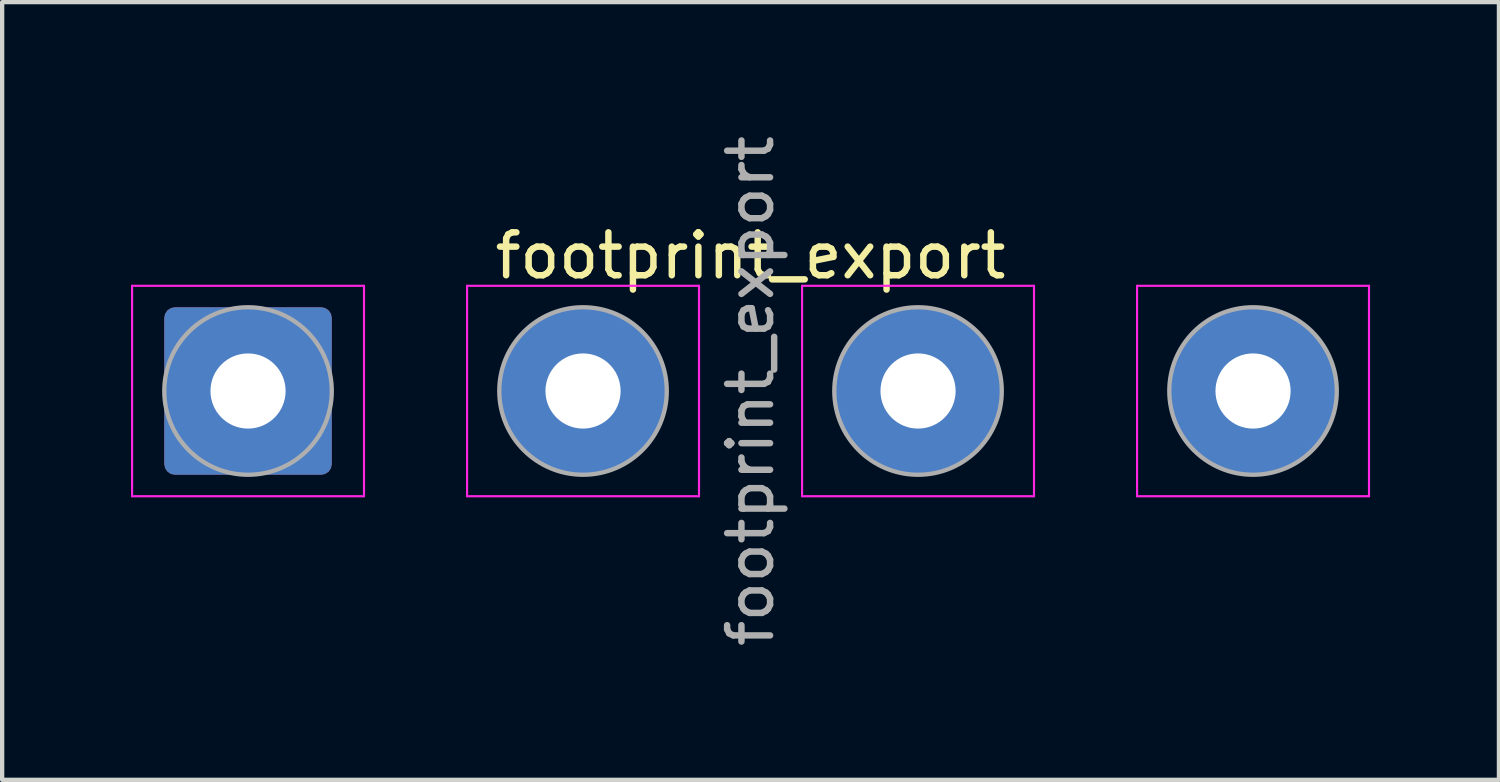
<source format=kicad_pcb>
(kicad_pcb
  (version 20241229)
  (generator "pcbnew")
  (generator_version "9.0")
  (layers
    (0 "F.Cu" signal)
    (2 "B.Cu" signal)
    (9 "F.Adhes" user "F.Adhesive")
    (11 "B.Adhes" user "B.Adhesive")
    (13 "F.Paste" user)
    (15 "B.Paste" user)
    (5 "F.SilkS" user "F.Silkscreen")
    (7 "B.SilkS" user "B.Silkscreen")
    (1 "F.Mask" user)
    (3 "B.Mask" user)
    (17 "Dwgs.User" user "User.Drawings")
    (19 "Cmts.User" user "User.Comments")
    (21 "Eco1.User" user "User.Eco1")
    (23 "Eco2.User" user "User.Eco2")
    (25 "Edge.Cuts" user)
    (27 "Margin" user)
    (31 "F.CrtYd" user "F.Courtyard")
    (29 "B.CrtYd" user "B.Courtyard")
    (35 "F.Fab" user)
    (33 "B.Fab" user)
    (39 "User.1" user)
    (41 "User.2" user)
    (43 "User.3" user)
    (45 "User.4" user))
  (footprint "footprint_export"
    (layer "F.Cu")
    (at 2.725 6.054)
    (property "Reference" "footprint_export" (at 11.7 -3.15 0) (layer "F.SilkS") (effects (font (size 1 1) (thickness 0.15))))
    (attr exclude_from_pos_files exclude_from_bom)
    (fp_line (start -2.7 -2.45) (end -2.7 2.45) (stroke (width 0.05) (type solid)) (layer "F.CrtYd"))
    (fp_line (start -2.7 2.45) (end 2.7 2.45) (stroke (width 0.05) (type solid)) (layer "F.CrtYd"))
    (fp_line (start 2.7 -2.45) (end -2.7 -2.45) (stroke (width 0.05) (type solid)) (layer "F.CrtYd"))
    (fp_line (start 2.7 2.45) (end 2.7 -2.45) (stroke (width 0.05) (type solid)) (layer "F.CrtYd"))
    (fp_line (start 5.1 -2.45) (end 5.1 2.45) (stroke (width 0.05) (type solid)) (layer "F.CrtYd"))
    (fp_line (start 5.1 2.45) (end 10.5 2.45) (stroke (width 0.05) (type solid)) (layer "F.CrtYd"))
    (fp_line (start 10.5 -2.45) (end 5.1 -2.45) (stroke (width 0.05) (type solid)) (layer "F.CrtYd"))
    (fp_line (start 10.5 2.45) (end 10.5 -2.45) (stroke (width 0.05) (type solid)) (layer "F.CrtYd"))
    (fp_line (start 12.9 -2.45) (end 12.9 2.45) (stroke (width 0.05) (type solid)) (layer "F.CrtYd"))
    (fp_line (start 12.9 2.45) (end 18.3 2.45) (stroke (width 0.05) (type solid)) (layer "F.CrtYd"))
    (fp_line (start 18.3 -2.45) (end 12.9 -2.45) (stroke (width 0.05) (type solid)) (layer "F.CrtYd"))
    (fp_line (start 18.3 2.45) (end 18.3 -2.45) (stroke (width 0.05) (type solid)) (layer "F.CrtYd"))
    (fp_line (start 20.7 -2.45) (end 20.7 2.45) (stroke (width 0.05) (type solid)) (layer "F.CrtYd"))
    (fp_line (start 20.7 2.45) (end 26.1 2.45) (stroke (width 0.05) (type solid)) (layer "F.CrtYd"))
    (fp_line (start 26.1 -2.45) (end 20.7 -2.45) (stroke (width 0.05) (type solid)) (layer "F.CrtYd"))
    (fp_line (start 26.1 2.45) (end 26.1 -2.45) (stroke (width 0.05) (type solid)) (layer "F.CrtYd"))
    (fp_circle (center 0 0) (end 1.95 0) (stroke (width 0.1) (type solid)) (fill no) (layer "F.Fab"))
    (fp_circle (center 7.8 0) (end 9.75 0) (stroke (width 0.1) (type solid)) (fill no) (layer "F.Fab"))
    (fp_circle (center 15.6 0) (end 17.55 0) (stroke (width 0.1) (type solid)) (fill no) (layer "F.Fab"))
    (fp_circle (center 23.4 0) (end 25.35 0) (stroke (width 0.1) (type solid)) (fill no) (layer "F.Fab"))
    (fp_text user "${REFERENCE}" (at 11.7 0 90) (layer "F.Fab") (effects (font (size 1 1) (thickness 0.15))))
    (pad "1" thru_hole roundrect (at 0 0) (size 3.9 3.9) (drill 1.75) (layers "*.Cu" "*.Mask") (roundrect_rratio 0.064))
    (pad "2" thru_hole circle (at 7.8 0) (size 3.9 3.9) (drill 1.75) (layers "*.Cu" "*.Mask"))
    (pad "3" thru_hole circle (at 15.6 0) (size 3.9 3.9) (drill 1.75) (layers "*.Cu" "*.Mask"))
    (pad "4" thru_hole circle (at 23.4 0) (size 3.9 3.9) (drill 1.75) (layers "*.Cu" "*.Mask")))
  (gr_rect
    (start -3 -3)
    (end 31.85 15.107)
    (stroke (width 0.1) (type default))
    (fill no)
    (layer "Edge.Cuts")))
</source>
